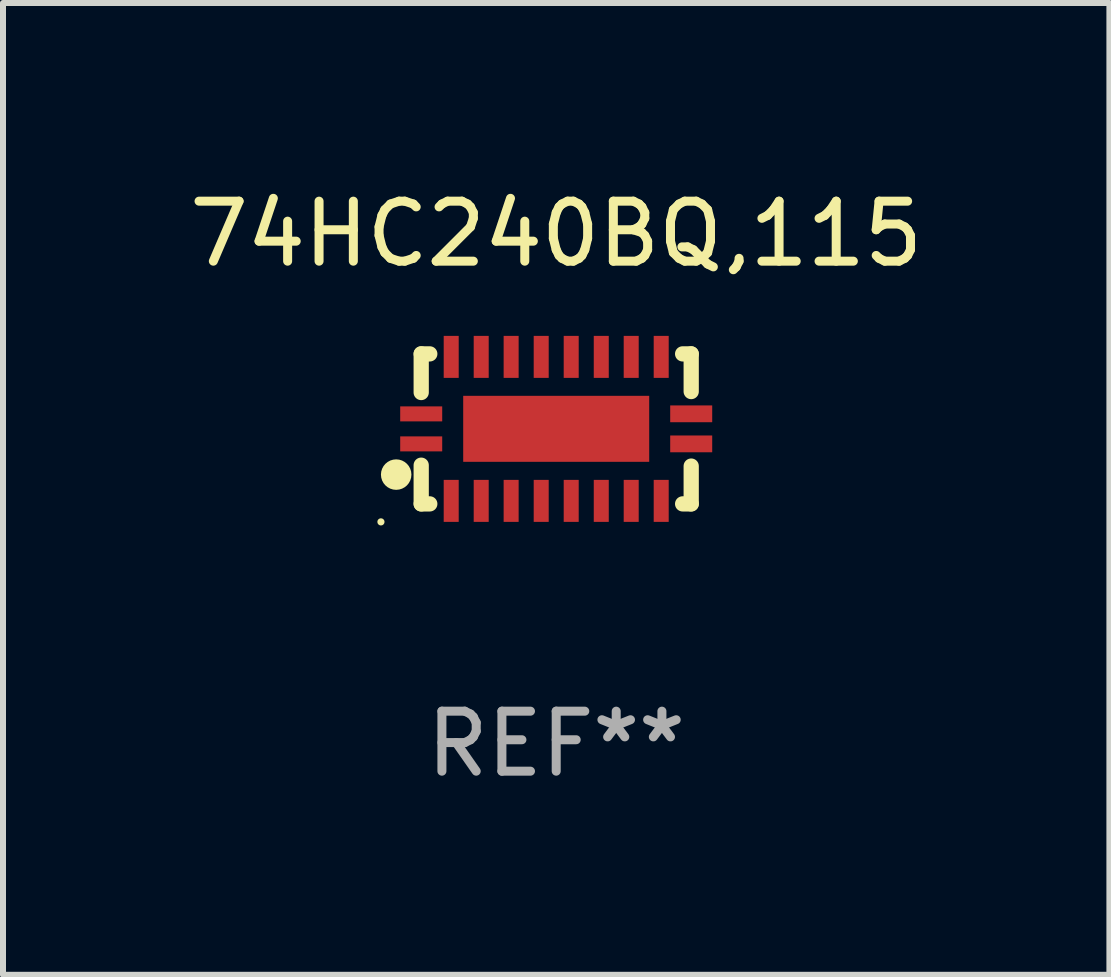
<source format=kicad_pcb>
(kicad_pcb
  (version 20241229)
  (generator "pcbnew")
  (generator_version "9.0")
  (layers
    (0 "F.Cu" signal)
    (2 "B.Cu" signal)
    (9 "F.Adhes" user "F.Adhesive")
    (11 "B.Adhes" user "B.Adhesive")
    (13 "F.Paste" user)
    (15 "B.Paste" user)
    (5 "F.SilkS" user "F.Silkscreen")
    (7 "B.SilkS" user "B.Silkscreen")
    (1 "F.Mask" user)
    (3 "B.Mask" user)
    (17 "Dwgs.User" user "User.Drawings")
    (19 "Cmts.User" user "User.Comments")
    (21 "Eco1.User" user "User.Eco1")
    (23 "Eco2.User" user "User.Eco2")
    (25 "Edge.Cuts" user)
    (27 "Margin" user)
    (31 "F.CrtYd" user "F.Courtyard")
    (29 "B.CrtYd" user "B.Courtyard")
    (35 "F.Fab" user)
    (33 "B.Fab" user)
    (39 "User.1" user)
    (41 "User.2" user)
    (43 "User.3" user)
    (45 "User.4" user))
  (footprint "74HC240BQ,115"
    (layer "F.Cu")
    (at 6.22 4.098)
    (property "Reference" "74HC240BQ,115" (at 0 -3.25 0) (layer "F.SilkS") (effects (font (size 1 1) (thickness 0.15))))
    (attr through_hole)
    (fp_line (start -2.25 0.605) (end -2.25 1.25) (stroke (width 0.254) (type solid)) (layer "F.SilkS"))
    (fp_line (start -2.25 1.25) (end -2.107 1.25) (stroke (width 0.254) (type solid)) (layer "F.SilkS"))
    (fp_line (start -2.25 -1.25) (end -2.25 -0.606) (stroke (width 0.254) (type solid)) (layer "F.SilkS"))
    (fp_line (start -2.25 -1.25) (end -2.107 -1.25) (stroke (width 0.254) (type solid)) (layer "F.SilkS"))
    (fp_line (start 2.107 -1.25) (end 2.25 -1.25) (stroke (width 0.254) (type solid)) (layer "F.SilkS"))
    (fp_line (start 2.107 1.25) (end 2.25 1.25) (stroke (width 0.254) (type solid)) (layer "F.SilkS"))
    (fp_line (start 2.25 -1.25) (end 2.25 -0.622) (stroke (width 0.254) (type solid)) (layer "F.SilkS"))
    (fp_line (start 2.25 0.62) (end 2.25 1.25) (stroke (width 0.254) (type solid)) (layer "F.SilkS"))
    (fp_circle (center -2.921 1.55) (end -2.891 1.55) (stroke (width 0.06) (type solid)) (fill no) (layer "F.SilkS"))
    (fp_circle (center -2.667 0.762) (end -2.54 0.762) (stroke (width 0.254) (type solid)) (fill no) (layer "F.SilkS"))
    (fp_text user "REF**" (at 0 5.25 0) (layer "F.Fab") (effects (font (size 1 1) (thickness 0.15))))
    (pad "1" smd rect (at -2.25 0.25 180) (size 0.7 0.25) (layers "F.Cu" "F.Mask" "F.Paste"))
    (pad "2" smd rect (at -1.75 1.2 90) (size 0.7 0.25) (layers "F.Cu" "F.Mask" "F.Paste"))
    (pad "3" smd rect (at -1.25 1.2 90) (size 0.7 0.25) (layers "F.Cu" "F.Mask" "F.Paste"))
    (pad "4" smd rect (at -0.751 1.2 90) (size 0.7 0.25) (layers "F.Cu" "F.Mask" "F.Paste"))
    (pad "5" smd rect (at -0.25 1.2 90) (size 0.7 0.25) (layers "F.Cu" "F.Mask" "F.Paste"))
    (pad "6" smd rect (at 0.25 1.2 90) (size 0.7 0.25) (layers "F.Cu" "F.Mask" "F.Paste"))
    (pad "7" smd rect (at 0.751 1.2 90) (size 0.7 0.25) (layers "F.Cu" "F.Mask" "F.Paste"))
    (pad "8" smd rect (at 1.25 1.2 90) (size 0.7 0.25) (layers "F.Cu" "F.Mask" "F.Paste"))
    (pad "9" smd rect (at 1.75 1.2 90) (size 0.7 0.25) (layers "F.Cu" "F.Mask" "F.Paste"))
    (pad "10" smd rect (at 2.25 0.25 180) (size 0.7 0.28) (layers "F.Cu" "F.Mask" "F.Paste"))
    (pad "11" smd rect (at 2.25 -0.251 180) (size 0.7 0.28) (layers "F.Cu" "F.Mask" "F.Paste"))
    (pad "12" smd rect (at 1.75 -1.2 90) (size 0.7 0.25) (layers "F.Cu" "F.Mask" "F.Paste"))
    (pad "13" smd rect (at 1.25 -1.2 90) (size 0.7 0.25) (layers "F.Cu" "F.Mask" "F.Paste"))
    (pad "14" smd rect (at 0.751 -1.2 90) (size 0.7 0.25) (layers "F.Cu" "F.Mask" "F.Paste"))
    (pad "15" smd rect (at 0.25 -1.2 90) (size 0.7 0.25) (layers "F.Cu" "F.Mask" "F.Paste"))
    (pad "16" smd rect (at -0.25 -1.2 90) (size 0.7 0.25) (layers "F.Cu" "F.Mask" "F.Paste"))
    (pad "17" smd rect (at -0.751 -1.2 90) (size 0.7 0.25) (layers "F.Cu" "F.Mask" "F.Paste"))
    (pad "18" smd rect (at -1.25 -1.2 90) (size 0.7 0.25) (layers "F.Cu" "F.Mask" "F.Paste"))
    (pad "19" smd rect (at -1.75 -1.2 90) (size 0.7 0.25) (layers "F.Cu" "F.Mask" "F.Paste"))
    (pad "20" smd rect (at -2.25 -0.25 180) (size 0.7 0.25) (layers "F.Cu" "F.Mask" "F.Paste"))
    (pad "21" smd rect (at 0 -0.001 180) (size 3.1 1.1) (layers "F.Cu" "F.Mask" "F.Paste")))
  (gr_rect
    (start -3 -3)
    (end 15.44 13.197)
    (stroke (width 0.1) (type default))
    (fill no)
    (layer "Edge.Cuts")))
</source>
